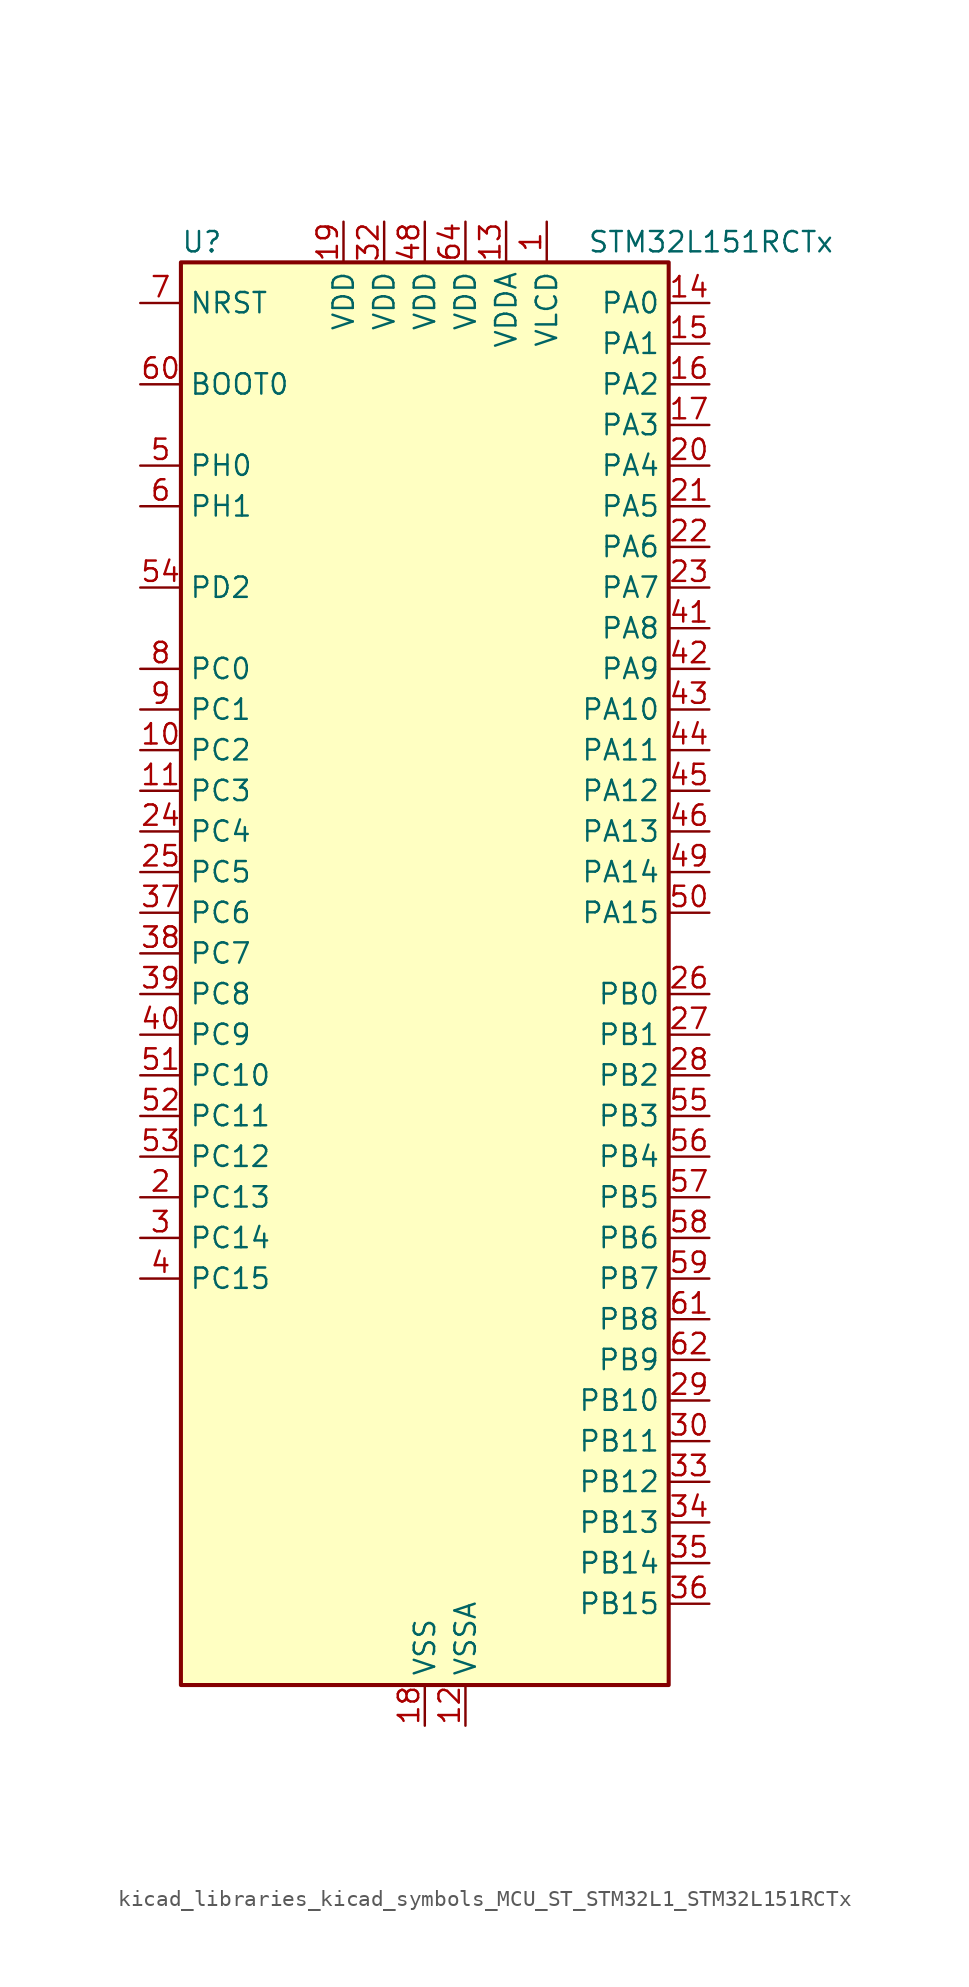
<source format=kicad_sym>
(kicad_symbol_lib
  (version 20220914)
  (generator kicad_symbol_editor)
  (symbol "kicad_libraries_kicad_symbols_MCU_ST_STM32L1_STM32L151RCTx"
    (property "Reference" "U"
      (at -15.24 46.99 0)
      (effects (font (size 1.27 1.27)) (justify left)))
    (property "Value" "STM32L151RCTx"
      (at 10.16 46.99 0)
      (effects (font (size 1.27 1.27)) (justify left)))
    (property "ki_locked" ""
      (at 0 0 0)
      (effects (font (size 1.27 1.27))))
    (symbol "kicad_libraries_kicad_symbols_MCU_ST_STM32L1_STM32L151RCTx_0_1"
      (rectangle (start -15.24 -43.18) (end 15.24 45.72) (stroke (width 0.254) (type default)) (fill (type background))))
    (symbol "kicad_libraries_kicad_symbols_MCU_ST_STM32L1_STM32L151RCTx_1_1"
      (pin power_in line (at 7.62 48.26 270) (length 2.54) (name "VLCD" (effects (font (size 1.27 1.27)))) (number "1" (effects (font (size 1.27 1.27)))))
      (pin bidirectional line (at -17.78 15.24 0) (length 2.54) (name "PC2" (effects (font (size 1.27 1.27)))) (number "10" (effects (font (size 1.27 1.27)))) (alternate "ADC_IN12" bidirectional line) (alternate "COMP1_INP" bidirectional line) (alternate "TIMX_IC3" bidirectional line) (alternate "TS_G8_IO3" bidirectional line))
      (pin bidirectional line (at -17.78 12.7 0) (length 2.54) (name "PC3" (effects (font (size 1.27 1.27)))) (number "11" (effects (font (size 1.27 1.27)))) (alternate "ADC_IN13" bidirectional line) (alternate "COMP1_INP" bidirectional line) (alternate "TIMX_IC4" bidirectional line) (alternate "TS_G8_IO4" bidirectional line))
      (pin power_in line (at 2.54 -45.72 90) (length 2.54) (name "VSSA" (effects (font (size 1.27 1.27)))) (number "12" (effects (font (size 1.27 1.27)))))
      (pin power_in line (at 5.08 48.26 270) (length 2.54) (name "VDDA" (effects (font (size 1.27 1.27)))) (number "13" (effects (font (size 1.27 1.27)))))
      (pin bidirectional line (at 17.78 43.18 180) (length 2.54) (name "PA0" (effects (font (size 1.27 1.27)))) (number "14" (effects (font (size 1.27 1.27)))) (alternate "ADC_IN0" bidirectional line) (alternate "COMP1_INP" bidirectional line) (alternate "RTC_TAMP2" bidirectional line) (alternate "SYS_WKUP1" bidirectional line) (alternate "TIM2_CH1" bidirectional line) (alternate "TIM2_ETR" bidirectional line) (alternate "TIM5_CH1" bidirectional line) (alternate "TIMX_IC1" bidirectional line) (alternate "TS_G1_IO1" bidirectional line) (alternate "USART2_CTS" bidirectional line))
      (pin bidirectional line (at 17.78 40.64 180) (length 2.54) (name "PA1" (effects (font (size 1.27 1.27)))) (number "15" (effects (font (size 1.27 1.27)))) (alternate "ADC_IN1" bidirectional line) (alternate "COMP1_INP" bidirectional line) (alternate "OPAMP1_VINP" bidirectional line) (alternate "TIM2_CH2" bidirectional line) (alternate "TIM5_CH2" bidirectional line) (alternate "TIMX_IC2" bidirectional line) (alternate "TS_G1_IO2" bidirectional line) (alternate "USART2_RTS" bidirectional line))
      (pin bidirectional line (at 17.78 38.1 180) (length 2.54) (name "PA2" (effects (font (size 1.27 1.27)))) (number "16" (effects (font (size 1.27 1.27)))) (alternate "ADC_IN2" bidirectional line) (alternate "COMP1_INP" bidirectional line) (alternate "OPAMP1_VINM" bidirectional line) (alternate "TIM2_CH3" bidirectional line) (alternate "TIM5_CH3" bidirectional line) (alternate "TIM9_CH1" bidirectional line) (alternate "TIMX_IC3" bidirectional line) (alternate "TS_G1_IO3" bidirectional line) (alternate "USART2_TX" bidirectional line))
      (pin bidirectional line (at 17.78 35.56 180) (length 2.54) (name "PA3" (effects (font (size 1.27 1.27)))) (number "17" (effects (font (size 1.27 1.27)))) (alternate "ADC_IN3" bidirectional line) (alternate "COMP1_INP" bidirectional line) (alternate "OPAMP1_VOUT" bidirectional line) (alternate "TIM2_CH4" bidirectional line) (alternate "TIM5_CH4" bidirectional line) (alternate "TIM9_CH2" bidirectional line) (alternate "TIMX_IC4" bidirectional line) (alternate "TS_G1_IO4" bidirectional line) (alternate "USART2_RX" bidirectional line))
      (pin power_in line (at 0 -45.72 90) (length 2.54) (name "VSS" (effects (font (size 1.27 1.27)))) (number "18" (effects (font (size 1.27 1.27)))))
      (pin power_in line (at -5.08 48.26 270) (length 2.54) (name "VDD" (effects (font (size 1.27 1.27)))) (number "19" (effects (font (size 1.27 1.27)))))
      (pin bidirectional line (at -17.78 -12.7 0) (length 2.54) (name "PC13" (effects (font (size 1.27 1.27)))) (number "2" (effects (font (size 1.27 1.27)))) (alternate "RTC_OUT_ALARM" bidirectional line) (alternate "RTC_OUT_CALIB" bidirectional line) (alternate "RTC_TAMP1" bidirectional line) (alternate "RTC_TS" bidirectional line) (alternate "SYS_WKUP2" bidirectional line) (alternate "TIMX_IC2" bidirectional line))
      (pin bidirectional line (at 17.78 33.02 180) (length 2.54) (name "PA4" (effects (font (size 1.27 1.27)))) (number "20" (effects (font (size 1.27 1.27)))) (alternate "ADC_IN4" bidirectional line) (alternate "COMP1_INP" bidirectional line) (alternate "DAC_OUT1" bidirectional line) (alternate "I2S3_WS" bidirectional line) (alternate "SPI1_NSS" bidirectional line) (alternate "SPI3_NSS" bidirectional line) (alternate "TIMX_IC1" bidirectional line) (alternate "USART2_CK" bidirectional line))
      (pin bidirectional line (at 17.78 30.48 180) (length 2.54) (name "PA5" (effects (font (size 1.27 1.27)))) (number "21" (effects (font (size 1.27 1.27)))) (alternate "ADC_IN5" bidirectional line) (alternate "COMP1_INP" bidirectional line) (alternate "DAC_OUT2" bidirectional line) (alternate "SPI1_SCK" bidirectional line) (alternate "TIM2_CH1" bidirectional line) (alternate "TIM2_ETR" bidirectional line) (alternate "TIMX_IC2" bidirectional line))
      (pin bidirectional line (at 17.78 27.94 180) (length 2.54) (name "PA6" (effects (font (size 1.27 1.27)))) (number "22" (effects (font (size 1.27 1.27)))) (alternate "ADC_IN6" bidirectional line) (alternate "COMP1_INP" bidirectional line) (alternate "OPAMP2_VINP" bidirectional line) (alternate "SPI1_MISO" bidirectional line) (alternate "TIM10_CH1" bidirectional line) (alternate "TIM3_CH1" bidirectional line) (alternate "TIMX_IC3" bidirectional line) (alternate "TS_G2_IO1" bidirectional line))
      (pin bidirectional line (at 17.78 25.4 180) (length 2.54) (name "PA7" (effects (font (size 1.27 1.27)))) (number "23" (effects (font (size 1.27 1.27)))) (alternate "ADC_IN7" bidirectional line) (alternate "COMP1_INP" bidirectional line) (alternate "OPAMP2_VINM" bidirectional line) (alternate "SPI1_MOSI" bidirectional line) (alternate "TIM11_CH1" bidirectional line) (alternate "TIM3_CH2" bidirectional line) (alternate "TIMX_IC4" bidirectional line) (alternate "TS_G2_IO2" bidirectional line))
      (pin bidirectional line (at -17.78 10.16 0) (length 2.54) (name "PC4" (effects (font (size 1.27 1.27)))) (number "24" (effects (font (size 1.27 1.27)))) (alternate "ADC_IN14" bidirectional line) (alternate "COMP1_INP" bidirectional line) (alternate "TIMX_IC1" bidirectional line) (alternate "TS_G9_IO1" bidirectional line))
      (pin bidirectional line (at -17.78 7.62 0) (length 2.54) (name "PC5" (effects (font (size 1.27 1.27)))) (number "25" (effects (font (size 1.27 1.27)))) (alternate "ADC_IN15" bidirectional line) (alternate "COMP1_INP" bidirectional line) (alternate "TIMX_IC2" bidirectional line) (alternate "TS_G9_IO2" bidirectional line))
      (pin bidirectional line (at 17.78 0 180) (length 2.54) (name "PB0" (effects (font (size 1.27 1.27)))) (number "26" (effects (font (size 1.27 1.27)))) (alternate "ADC_IN8" bidirectional line) (alternate "COMP1_INP" bidirectional line) (alternate "OPAMP2_VOUT" bidirectional line) (alternate "SYS_V_REF_OUT" bidirectional line) (alternate "TIM3_CH3" bidirectional line) (alternate "TS_G3_IO1" bidirectional line))
      (pin bidirectional line (at 17.78 -2.54 180) (length 2.54) (name "PB1" (effects (font (size 1.27 1.27)))) (number "27" (effects (font (size 1.27 1.27)))) (alternate "ADC_IN9" bidirectional line) (alternate "COMP1_INP" bidirectional line) (alternate "SYS_V_REF_OUT" bidirectional line) (alternate "TIM3_CH4" bidirectional line) (alternate "TS_G3_IO2" bidirectional line))
      (pin bidirectional line (at 17.78 -5.08 180) (length 2.54) (name "PB2" (effects (font (size 1.27 1.27)))) (number "28" (effects (font (size 1.27 1.27)))) (alternate "TS_G3_IO3" bidirectional line))
      (pin bidirectional line (at 17.78 -25.4 180) (length 2.54) (name "PB10" (effects (font (size 1.27 1.27)))) (number "29" (effects (font (size 1.27 1.27)))) (alternate "I2C2_SCL" bidirectional line) (alternate "TIM2_CH3" bidirectional line) (alternate "USART3_TX" bidirectional line))
      (pin bidirectional line (at -17.78 -15.24 0) (length 2.54) (name "PC14" (effects (font (size 1.27 1.27)))) (number "3" (effects (font (size 1.27 1.27)))) (alternate "RCC_OSC32_IN" bidirectional line) (alternate "TIMX_IC3" bidirectional line))
      (pin bidirectional line (at 17.78 -27.94 180) (length 2.54) (name "PB11" (effects (font (size 1.27 1.27)))) (number "30" (effects (font (size 1.27 1.27)))) (alternate "ADC_EXTI11" bidirectional line) (alternate "I2C2_SDA" bidirectional line) (alternate "TIM2_CH4" bidirectional line) (alternate "USART3_RX" bidirectional line))
      (pin passive line (at 0 -45.72 90) (length 2.54) hide (name "VSS" (effects (font (size 1.27 1.27)))) (number "31" (effects (font (size 1.27 1.27)))))
      (pin power_in line (at -2.54 48.26 270) (length 2.54) (name "VDD" (effects (font (size 1.27 1.27)))) (number "32" (effects (font (size 1.27 1.27)))))
      (pin bidirectional line (at 17.78 -30.48 180) (length 2.54) (name "PB12" (effects (font (size 1.27 1.27)))) (number "33" (effects (font (size 1.27 1.27)))) (alternate "ADC_IN18" bidirectional line) (alternate "COMP1_INP" bidirectional line) (alternate "I2C2_SMBA" bidirectional line) (alternate "I2S2_WS" bidirectional line) (alternate "SPI2_NSS" bidirectional line) (alternate "TIM10_CH1" bidirectional line) (alternate "TS_G7_IO1" bidirectional line) (alternate "USART3_CK" bidirectional line))
      (pin bidirectional line (at 17.78 -33.02 180) (length 2.54) (name "PB13" (effects (font (size 1.27 1.27)))) (number "34" (effects (font (size 1.27 1.27)))) (alternate "ADC_IN19" bidirectional line) (alternate "COMP1_INP" bidirectional line) (alternate "I2S2_CK" bidirectional line) (alternate "SPI2_SCK" bidirectional line) (alternate "TIM9_CH1" bidirectional line) (alternate "TS_G7_IO2" bidirectional line) (alternate "USART3_CTS" bidirectional line))
      (pin bidirectional line (at 17.78 -35.56 180) (length 2.54) (name "PB14" (effects (font (size 1.27 1.27)))) (number "35" (effects (font (size 1.27 1.27)))) (alternate "ADC_IN20" bidirectional line) (alternate "COMP1_INP" bidirectional line) (alternate "SPI2_MISO" bidirectional line) (alternate "TIM9_CH2" bidirectional line) (alternate "TS_G7_IO3" bidirectional line) (alternate "USART3_RTS" bidirectional line))
      (pin bidirectional line (at 17.78 -38.1 180) (length 2.54) (name "PB15" (effects (font (size 1.27 1.27)))) (number "36" (effects (font (size 1.27 1.27)))) (alternate "ADC_EXTI15" bidirectional line) (alternate "ADC_IN21" bidirectional line) (alternate "COMP1_INP" bidirectional line) (alternate "I2S2_SD" bidirectional line) (alternate "RTC_REFIN" bidirectional line) (alternate "SPI2_MOSI" bidirectional line) (alternate "TIM11_CH1" bidirectional line) (alternate "TS_G7_IO4" bidirectional line))
      (pin bidirectional line (at -17.78 5.08 0) (length 2.54) (name "PC6" (effects (font (size 1.27 1.27)))) (number "37" (effects (font (size 1.27 1.27)))) (alternate "I2S2_MCK" bidirectional line) (alternate "TIM3_CH1" bidirectional line) (alternate "TIMX_IC3" bidirectional line) (alternate "TS_G10_IO1" bidirectional line))
      (pin bidirectional line (at -17.78 2.54 0) (length 2.54) (name "PC7" (effects (font (size 1.27 1.27)))) (number "38" (effects (font (size 1.27 1.27)))) (alternate "I2S3_MCK" bidirectional line) (alternate "TIM3_CH2" bidirectional line) (alternate "TIMX_IC4" bidirectional line) (alternate "TS_G10_IO2" bidirectional line))
      (pin bidirectional line (at -17.78 0 0) (length 2.54) (name "PC8" (effects (font (size 1.27 1.27)))) (number "39" (effects (font (size 1.27 1.27)))) (alternate "TIM3_CH3" bidirectional line) (alternate "TIMX_IC1" bidirectional line) (alternate "TS_G10_IO3" bidirectional line))
      (pin bidirectional line (at -17.78 -17.78 0) (length 2.54) (name "PC15" (effects (font (size 1.27 1.27)))) (number "4" (effects (font (size 1.27 1.27)))) (alternate "ADC_EXTI15" bidirectional line) (alternate "RCC_OSC32_OUT" bidirectional line) (alternate "TIMX_IC4" bidirectional line))
      (pin bidirectional line (at -17.78 -2.54 0) (length 2.54) (name "PC9" (effects (font (size 1.27 1.27)))) (number "40" (effects (font (size 1.27 1.27)))) (alternate "DAC_EXTI9" bidirectional line) (alternate "TIM3_CH4" bidirectional line) (alternate "TIMX_IC2" bidirectional line) (alternate "TS_G10_IO4" bidirectional line))
      (pin bidirectional line (at 17.78 22.86 180) (length 2.54) (name "PA8" (effects (font (size 1.27 1.27)))) (number "41" (effects (font (size 1.27 1.27)))) (alternate "RCC_MCO" bidirectional line) (alternate "TIMX_IC1" bidirectional line) (alternate "TS_G4_IO1" bidirectional line) (alternate "USART1_CK" bidirectional line))
      (pin bidirectional line (at 17.78 20.32 180) (length 2.54) (name "PA9" (effects (font (size 1.27 1.27)))) (number "42" (effects (font (size 1.27 1.27)))) (alternate "DAC_EXTI9" bidirectional line) (alternate "TIMX_IC2" bidirectional line) (alternate "TS_G4_IO2" bidirectional line) (alternate "USART1_TX" bidirectional line))
      (pin bidirectional line (at 17.78 17.78 180) (length 2.54) (name "PA10" (effects (font (size 1.27 1.27)))) (number "43" (effects (font (size 1.27 1.27)))) (alternate "TIMX_IC3" bidirectional line) (alternate "TS_G4_IO3" bidirectional line) (alternate "USART1_RX" bidirectional line))
      (pin bidirectional line (at 17.78 15.24 180) (length 2.54) (name "PA11" (effects (font (size 1.27 1.27)))) (number "44" (effects (font (size 1.27 1.27)))) (alternate "ADC_EXTI11" bidirectional line) (alternate "SPI1_MISO" bidirectional line) (alternate "TIMX_IC4" bidirectional line) (alternate "USART1_CTS" bidirectional line) (alternate "USB_DM" bidirectional line))
      (pin bidirectional line (at 17.78 12.7 180) (length 2.54) (name "PA12" (effects (font (size 1.27 1.27)))) (number "45" (effects (font (size 1.27 1.27)))) (alternate "SPI1_MOSI" bidirectional line) (alternate "TIMX_IC1" bidirectional line) (alternate "USART1_RTS" bidirectional line) (alternate "USB_DP" bidirectional line))
      (pin bidirectional line (at 17.78 10.16 180) (length 2.54) (name "PA13" (effects (font (size 1.27 1.27)))) (number "46" (effects (font (size 1.27 1.27)))) (alternate "SYS_JTMS-SWDIO" bidirectional line) (alternate "TIMX_IC2" bidirectional line) (alternate "TS_G5_IO1" bidirectional line))
      (pin passive line (at 0 -45.72 90) (length 2.54) hide (name "VSS" (effects (font (size 1.27 1.27)))) (number "47" (effects (font (size 1.27 1.27)))))
      (pin power_in line (at 0 48.26 270) (length 2.54) (name "VDD" (effects (font (size 1.27 1.27)))) (number "48" (effects (font (size 1.27 1.27)))))
      (pin bidirectional line (at 17.78 7.62 180) (length 2.54) (name "PA14" (effects (font (size 1.27 1.27)))) (number "49" (effects (font (size 1.27 1.27)))) (alternate "SYS_JTCK-SWCLK" bidirectional line) (alternate "TIMX_IC3" bidirectional line) (alternate "TS_G5_IO2" bidirectional line))
      (pin bidirectional line (at -17.78 33.02 0) (length 2.54) (name "PH0" (effects (font (size 1.27 1.27)))) (number "5" (effects (font (size 1.27 1.27)))) (alternate "RCC_OSC_IN" bidirectional line))
      (pin bidirectional line (at 17.78 5.08 180) (length 2.54) (name "PA15" (effects (font (size 1.27 1.27)))) (number "50" (effects (font (size 1.27 1.27)))) (alternate "ADC_EXTI15" bidirectional line) (alternate "I2S3_WS" bidirectional line) (alternate "SPI1_NSS" bidirectional line) (alternate "SPI3_NSS" bidirectional line) (alternate "SYS_JTDI" bidirectional line) (alternate "TIM2_CH1" bidirectional line) (alternate "TIM2_ETR" bidirectional line) (alternate "TIMX_IC4" bidirectional line) (alternate "TS_G5_IO3" bidirectional line))
      (pin bidirectional line (at -17.78 -5.08 0) (length 2.54) (name "PC10" (effects (font (size 1.27 1.27)))) (number "51" (effects (font (size 1.27 1.27)))) (alternate "I2S3_CK" bidirectional line) (alternate "SPI3_SCK" bidirectional line) (alternate "TIMX_IC3" bidirectional line) (alternate "USART3_TX" bidirectional line))
      (pin bidirectional line (at -17.78 -7.62 0) (length 2.54) (name "PC11" (effects (font (size 1.27 1.27)))) (number "52" (effects (font (size 1.27 1.27)))) (alternate "ADC_EXTI11" bidirectional line) (alternate "SPI3_MISO" bidirectional line) (alternate "TIMX_IC4" bidirectional line) (alternate "USART3_RX" bidirectional line))
      (pin bidirectional line (at -17.78 -10.16 0) (length 2.54) (name "PC12" (effects (font (size 1.27 1.27)))) (number "53" (effects (font (size 1.27 1.27)))) (alternate "I2S3_SD" bidirectional line) (alternate "SPI3_MOSI" bidirectional line) (alternate "TIMX_IC1" bidirectional line) (alternate "USART3_CK" bidirectional line))
      (pin bidirectional line (at -17.78 25.4 0) (length 2.54) (name "PD2" (effects (font (size 1.27 1.27)))) (number "54" (effects (font (size 1.27 1.27)))) (alternate "TIM3_ETR" bidirectional line) (alternate "TIMX_IC3" bidirectional line))
      (pin bidirectional line (at 17.78 -7.62 180) (length 2.54) (name "PB3" (effects (font (size 1.27 1.27)))) (number "55" (effects (font (size 1.27 1.27)))) (alternate "COMP2_INM" bidirectional line) (alternate "I2S3_CK" bidirectional line) (alternate "SPI1_SCK" bidirectional line) (alternate "SPI3_SCK" bidirectional line) (alternate "SYS_JTDO-TRACESWO" bidirectional line) (alternate "TIM2_CH2" bidirectional line))
      (pin bidirectional line (at 17.78 -10.16 180) (length 2.54) (name "PB4" (effects (font (size 1.27 1.27)))) (number "56" (effects (font (size 1.27 1.27)))) (alternate "COMP2_INP" bidirectional line) (alternate "SPI1_MISO" bidirectional line) (alternate "SPI3_MISO" bidirectional line) (alternate "SYS_JTRST" bidirectional line) (alternate "TIM3_CH1" bidirectional line) (alternate "TS_G6_IO1" bidirectional line))
      (pin bidirectional line (at 17.78 -12.7 180) (length 2.54) (name "PB5" (effects (font (size 1.27 1.27)))) (number "57" (effects (font (size 1.27 1.27)))) (alternate "COMP2_INP" bidirectional line) (alternate "I2C1_SMBA" bidirectional line) (alternate "I2S3_SD" bidirectional line) (alternate "SPI1_MOSI" bidirectional line) (alternate "SPI3_MOSI" bidirectional line) (alternate "TIM3_CH2" bidirectional line) (alternate "TS_G6_IO2" bidirectional line))
      (pin bidirectional line (at 17.78 -15.24 180) (length 2.54) (name "PB6" (effects (font (size 1.27 1.27)))) (number "58" (effects (font (size 1.27 1.27)))) (alternate "COMP2_INP" bidirectional line) (alternate "I2C1_SCL" bidirectional line) (alternate "TIM4_CH1" bidirectional line) (alternate "TS_G6_IO3" bidirectional line) (alternate "USART1_TX" bidirectional line))
      (pin bidirectional line (at 17.78 -17.78 180) (length 2.54) (name "PB7" (effects (font (size 1.27 1.27)))) (number "59" (effects (font (size 1.27 1.27)))) (alternate "COMP2_INP" bidirectional line) (alternate "I2C1_SDA" bidirectional line) (alternate "SYS_PVD_IN" bidirectional line) (alternate "TIM4_CH2" bidirectional line) (alternate "TS_G6_IO4" bidirectional line) (alternate "USART1_RX" bidirectional line))
      (pin bidirectional line (at -17.78 30.48 0) (length 2.54) (name "PH1" (effects (font (size 1.27 1.27)))) (number "6" (effects (font (size 1.27 1.27)))) (alternate "RCC_OSC_OUT" bidirectional line))
      (pin input line (at -17.78 38.1 0) (length 2.54) (name "BOOT0" (effects (font (size 1.27 1.27)))) (number "60" (effects (font (size 1.27 1.27)))))
      (pin bidirectional line (at 17.78 -20.32 180) (length 2.54) (name "PB8" (effects (font (size 1.27 1.27)))) (number "61" (effects (font (size 1.27 1.27)))) (alternate "I2C1_SCL" bidirectional line) (alternate "TIM10_CH1" bidirectional line) (alternate "TIM4_CH3" bidirectional line))
      (pin bidirectional line (at 17.78 -22.86 180) (length 2.54) (name "PB9" (effects (font (size 1.27 1.27)))) (number "62" (effects (font (size 1.27 1.27)))) (alternate "DAC_EXTI9" bidirectional line) (alternate "I2C1_SDA" bidirectional line) (alternate "TIM11_CH1" bidirectional line) (alternate "TIM4_CH4" bidirectional line))
      (pin passive line (at 0 -45.72 90) (length 2.54) hide (name "VSS" (effects (font (size 1.27 1.27)))) (number "63" (effects (font (size 1.27 1.27)))))
      (pin power_in line (at 2.54 48.26 270) (length 2.54) (name "VDD" (effects (font (size 1.27 1.27)))) (number "64" (effects (font (size 1.27 1.27)))))
      (pin input line (at -17.78 43.18 0) (length 2.54) (name "NRST" (effects (font (size 1.27 1.27)))) (number "7" (effects (font (size 1.27 1.27)))))
      (pin bidirectional line (at -17.78 20.32 0) (length 2.54) (name "PC0" (effects (font (size 1.27 1.27)))) (number "8" (effects (font (size 1.27 1.27)))) (alternate "ADC_IN10" bidirectional line) (alternate "COMP1_INP" bidirectional line) (alternate "TIMX_IC1" bidirectional line) (alternate "TS_G8_IO1" bidirectional line))
      (pin bidirectional line (at -17.78 17.78 0) (length 2.54) (name "PC1" (effects (font (size 1.27 1.27)))) (number "9" (effects (font (size 1.27 1.27)))) (alternate "ADC_IN11" bidirectional line) (alternate "COMP1_INP" bidirectional line) (alternate "TIMX_IC2" bidirectional line) (alternate "TS_G8_IO2" bidirectional line)))))
</source>
